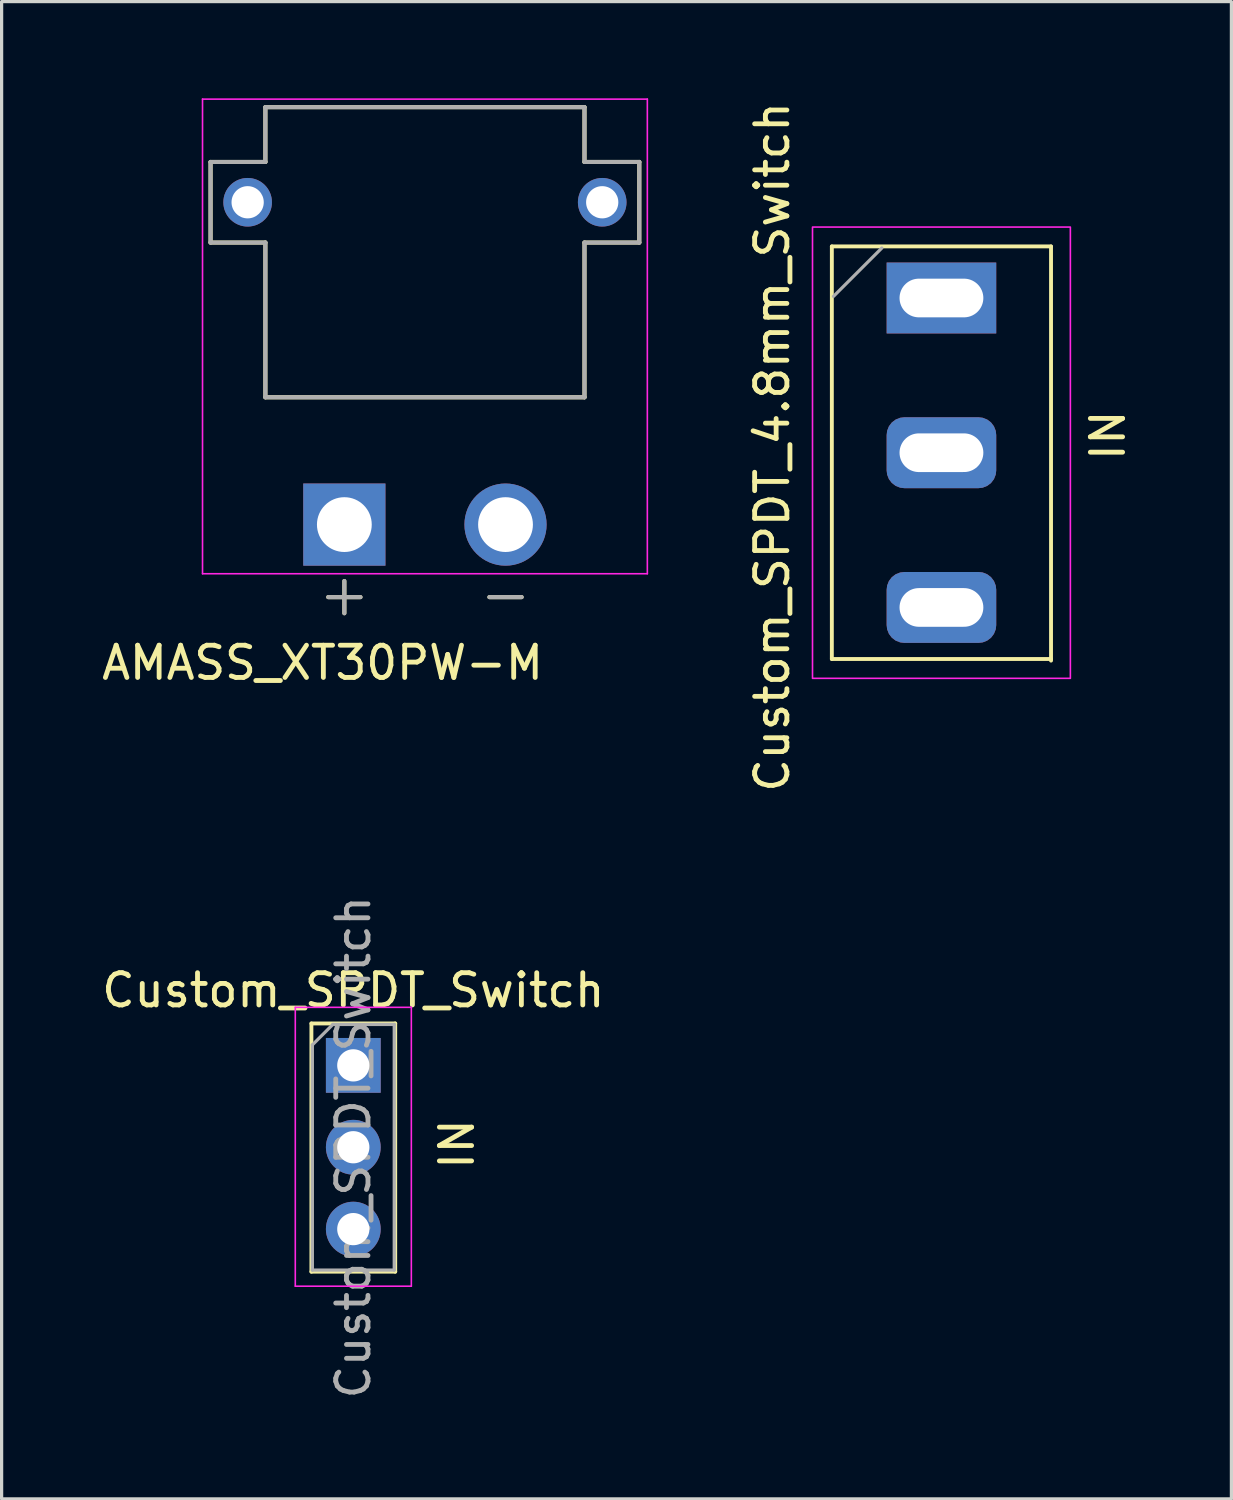
<source format=kicad_pcb>
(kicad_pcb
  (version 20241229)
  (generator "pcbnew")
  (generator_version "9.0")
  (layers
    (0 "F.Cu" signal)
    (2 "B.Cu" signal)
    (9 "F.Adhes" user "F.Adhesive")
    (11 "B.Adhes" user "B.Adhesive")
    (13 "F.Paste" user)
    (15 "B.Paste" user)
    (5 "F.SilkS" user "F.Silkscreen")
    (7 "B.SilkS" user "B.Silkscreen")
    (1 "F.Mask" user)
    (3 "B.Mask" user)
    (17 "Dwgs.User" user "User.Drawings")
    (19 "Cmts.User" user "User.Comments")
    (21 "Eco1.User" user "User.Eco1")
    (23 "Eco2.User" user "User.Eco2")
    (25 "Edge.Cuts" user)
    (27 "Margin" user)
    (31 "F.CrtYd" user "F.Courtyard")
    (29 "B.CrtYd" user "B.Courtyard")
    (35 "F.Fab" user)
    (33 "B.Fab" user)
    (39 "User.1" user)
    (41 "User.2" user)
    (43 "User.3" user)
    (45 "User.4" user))
  (footprint "Custom_SPDT_4.8mm_Switch"
    (layer "F.Cu")
    (at 26.157 10.895)
    (property "Reference" "Custom_SPDT_4.8mm_Switch" (at -5.25 -0.08 90) (layer "F.SilkS") (effects (font (size 1 1) (thickness 0.15))))
    (attr through_hole)
    (fp_line (start -3.4 -6.3) (end 3.4 -6.3) (stroke (width 0.12) (type solid)) (layer "F.SilkS"))
    (fp_line (start -3.4 6.5) (end -3.4 -6.3) (stroke (width 0.12) (type solid)) (layer "F.SilkS"))
    (fp_line (start -3.4 6.5) (end 3.4 6.5) (stroke (width 0.12) (type solid)) (layer "F.SilkS"))
    (fp_line (start 3.4 6.55) (end 3.4 -6.3) (stroke (width 0.12) (type solid)) (layer "F.SilkS"))
    (fp_rect (start -4 -6.9) (end 4 7.1) (stroke (width 0.05) (type default)) (fill no) (layer "F.CrtYd"))
    (fp_line (start -3.35 -4.75) (end -1.85 -6.25) (stroke (width 0.1) (type solid)) (layer "F.Fab"))
    (fp_text user "IN" (at 5.75 0.42 90) (unlocked yes) (layer "F.SilkS") (effects (font (size 1 1) (thickness 0.15)) (justify left bottom)))
    (pad "1" thru_hole rect (at 0 -4.7) (size 3.4 2.2) (drill oval 2.6 1.2) (layers "*.Cu" "*.Mask"))
    (pad "2" thru_hole roundrect (at 0 0.1) (size 3.4 2.2) (drill oval 2.6 1.2) (layers "*.Cu" "*.Mask") (roundrect_rratio 0.25))
    (pad "3" thru_hole roundrect (at 0 4.9) (size 3.4 2.2) (drill oval 2.6 1.2) (layers "*.Cu" "*.Mask") (roundrect_rratio 0.25)))
  (footprint "AMASS_XT30PW-M"
    (layer "F.Cu")
    (at 10.133 3.225)
    (property "Reference" "AMASS_XT30PW-M" (at -3.175 14.287 0) (layer "F.SilkS") (effects (font (size 1 1) (thickness 0.15))))
    (attr through_hole)
    (fp_line (start -6.65 -1.25) (end -4.95 -1.25) (stroke (width 0.127) (type solid)) (layer "F.SilkS"))
    (fp_line (start -6.65 1.25) (end -6.65 -1.25) (stroke (width 0.127) (type solid)) (layer "F.SilkS"))
    (fp_line (start -4.95 -2.95) (end 4.95 -2.95) (stroke (width 0.127) (type solid)) (layer "F.SilkS"))
    (fp_line (start -4.95 -1.25) (end -4.95 -2.95) (stroke (width 0.127) (type solid)) (layer "F.SilkS"))
    (fp_line (start -4.95 1.25) (end -6.65 1.25) (stroke (width 0.127) (type solid)) (layer "F.SilkS"))
    (fp_line (start -4.95 6.05) (end -4.95 1.25) (stroke (width 0.127) (type solid)) (layer "F.SilkS"))
    (fp_line (start -3 12.25) (end -2 12.25) (stroke (width 0.127) (type solid)) (layer "F.SilkS"))
    (fp_line (start -2.5 12.75) (end -2.5 11.75) (stroke (width 0.127) (type solid)) (layer "F.SilkS"))
    (fp_line (start 2 12.25) (end 3 12.25) (stroke (width 0.127) (type solid)) (layer "F.SilkS"))
    (fp_line (start 4.95 -2.95) (end 4.95 -1.25) (stroke (width 0.127) (type solid)) (layer "F.SilkS"))
    (fp_line (start 4.95 -1.25) (end 6.65 -1.25) (stroke (width 0.127) (type solid)) (layer "F.SilkS"))
    (fp_line (start 4.95 1.25) (end 4.95 6.05) (stroke (width 0.127) (type solid)) (layer "F.SilkS"))
    (fp_line (start 4.95 6.05) (end -4.95 6.05) (stroke (width 0.127) (type solid)) (layer "F.SilkS"))
    (fp_line (start 6.65 -1.25) (end 6.65 1.25) (stroke (width 0.127) (type solid)) (layer "F.SilkS"))
    (fp_line (start 6.65 1.25) (end 4.95 1.25) (stroke (width 0.127) (type solid)) (layer "F.SilkS"))
    (fp_line (start -6.9 -3.2) (end -6.9 11.525) (stroke (width 0.05) (type solid)) (layer "F.CrtYd"))
    (fp_line (start -6.9 11.525) (end 6.9 11.525) (stroke (width 0.05) (type solid)) (layer "F.CrtYd"))
    (fp_line (start 6.9 -3.2) (end -6.9 -3.2) (stroke (width 0.05) (type solid)) (layer "F.CrtYd"))
    (fp_line (start 6.9 11.525) (end 6.9 -3.2) (stroke (width 0.05) (type solid)) (layer "F.CrtYd"))
    (fp_line (start -6.65 -1.25) (end -4.95 -1.25) (stroke (width 0.127) (type solid)) (layer "F.Fab"))
    (fp_line (start -6.65 1.25) (end -6.65 -1.25) (stroke (width 0.127) (type solid)) (layer "F.Fab"))
    (fp_line (start -4.95 -2.95) (end 4.95 -2.95) (stroke (width 0.127) (type solid)) (layer "F.Fab"))
    (fp_line (start -4.95 -1.25) (end -4.95 -2.95) (stroke (width 0.127) (type solid)) (layer "F.Fab"))
    (fp_line (start -4.95 1.25) (end -6.65 1.25) (stroke (width 0.127) (type solid)) (layer "F.Fab"))
    (fp_line (start -4.95 6.05) (end -4.95 1.25) (stroke (width 0.127) (type solid)) (layer "F.Fab"))
    (fp_line (start -3 12.25) (end -2 12.25) (stroke (width 0.127) (type solid)) (layer "F.Fab"))
    (fp_line (start -2.5 12.75) (end -2.5 11.75) (stroke (width 0.127) (type solid)) (layer "F.Fab"))
    (fp_line (start 2 12.25) (end 3 12.25) (stroke (width 0.127) (type solid)) (layer "F.Fab"))
    (fp_line (start 4.95 -2.95) (end 4.95 -1.25) (stroke (width 0.127) (type solid)) (layer "F.Fab"))
    (fp_line (start 4.95 -1.25) (end 6.65 -1.25) (stroke (width 0.127) (type solid)) (layer "F.Fab"))
    (fp_line (start 4.95 1.25) (end 4.95 6.05) (stroke (width 0.127) (type solid)) (layer "F.Fab"))
    (fp_line (start 4.95 6.05) (end -4.95 6.05) (stroke (width 0.127) (type solid)) (layer "F.Fab"))
    (fp_line (start 6.65 -1.25) (end 6.65 1.25) (stroke (width 0.127) (type solid)) (layer "F.Fab"))
    (fp_line (start 6.65 1.25) (end 4.95 1.25) (stroke (width 0.127) (type solid)) (layer "F.Fab"))
    (pad "N" thru_hole circle (at 2.5 10) (size 2.55 2.55) (drill 1.7) (layers "*.Cu" "*.Mask"))
    (pad "P" thru_hole rect (at -2.5 10) (size 2.55 2.55) (drill 1.7) (layers "*.Cu" "*.Mask"))
    (pad "S1" thru_hole circle (at 5.5 0) (size 1.508 1.508) (drill 1) (layers "*.Cu" "*.Mask"))
    (pad "S2" thru_hole circle (at -5.5 0) (size 1.508 1.508) (drill 1) (layers "*.Cu" "*.Mask")))
  (footprint "Custom_SPDT_Switch"
    (layer "F.Cu")
    (at 7.911 30.002)
    (property "Reference" "Custom_SPDT_Switch" (at 0 -2.33 0) (layer "F.SilkS") (effects (font (size 1 1) (thickness 0.15))))
    (attr through_hole)
    (fp_line (start -1.3 -1.3) (end 1.3 -1.3) (stroke (width 0.12) (type solid)) (layer "F.SilkS"))
    (fp_line (start -1.3 6.4) (end -1.3 -1.3) (stroke (width 0.12) (type solid)) (layer "F.SilkS"))
    (fp_line (start -1.3 6.4) (end 1.3 6.4) (stroke (width 0.12) (type solid)) (layer "F.SilkS"))
    (fp_line (start 1.3 6.4) (end 1.3 -1.3) (stroke (width 0.12) (type solid)) (layer "F.SilkS"))
    (fp_line (start -1.8 -1.8) (end -1.8 6.85) (stroke (width 0.05) (type solid)) (layer "F.CrtYd"))
    (fp_line (start -1.8 6.85) (end 1.8 6.85) (stroke (width 0.05) (type solid)) (layer "F.CrtYd"))
    (fp_line (start 1.8 -1.8) (end -1.8 -1.8) (stroke (width 0.05) (type solid)) (layer "F.CrtYd"))
    (fp_line (start 1.8 6.85) (end 1.8 -1.8) (stroke (width 0.05) (type solid)) (layer "F.CrtYd"))
    (fp_line (start -1.27 -0.635) (end -0.635 -1.27) (stroke (width 0.1) (type solid)) (layer "F.Fab"))
    (fp_line (start -1.27 6.35) (end -1.27 -0.635) (stroke (width 0.1) (type solid)) (layer "F.Fab"))
    (fp_line (start -0.635 -1.27) (end 1.27 -1.27) (stroke (width 0.1) (type solid)) (layer "F.Fab"))
    (fp_line (start 1.27 -1.27) (end 1.27 6.35) (stroke (width 0.1) (type solid)) (layer "F.Fab"))
    (fp_line (start 1.27 6.35) (end -1.27 6.35) (stroke (width 0.1) (type solid)) (layer "F.Fab"))
    (fp_text user "IN" (at 3.8 3.3 90) (unlocked yes) (layer "F.SilkS") (effects (font (size 1 1) (thickness 0.15)) (justify left bottom)))
    (fp_text user "${REFERENCE}" (at 0 2.54 270) (layer "F.Fab") (effects (font (size 1 1) (thickness 0.15))))
    (pad "1" thru_hole rect (at 0 0) (size 1.7 1.7) (drill 1) (layers "*.Cu" "*.Mask"))
    (pad "2" thru_hole oval (at 0 2.54) (size 1.7 1.7) (drill 1) (layers "*.Cu" "*.Mask"))
    (pad "3" thru_hole oval (at 0 5.08) (size 1.7 1.7) (drill 1) (layers "*.Cu" "*.Mask")))
  (gr_rect
    (start -3 -3)
    (end 35.153 43.452)
    (stroke (width 0.1) (type default))
    (fill no)
    (layer "Edge.Cuts")))
</source>
